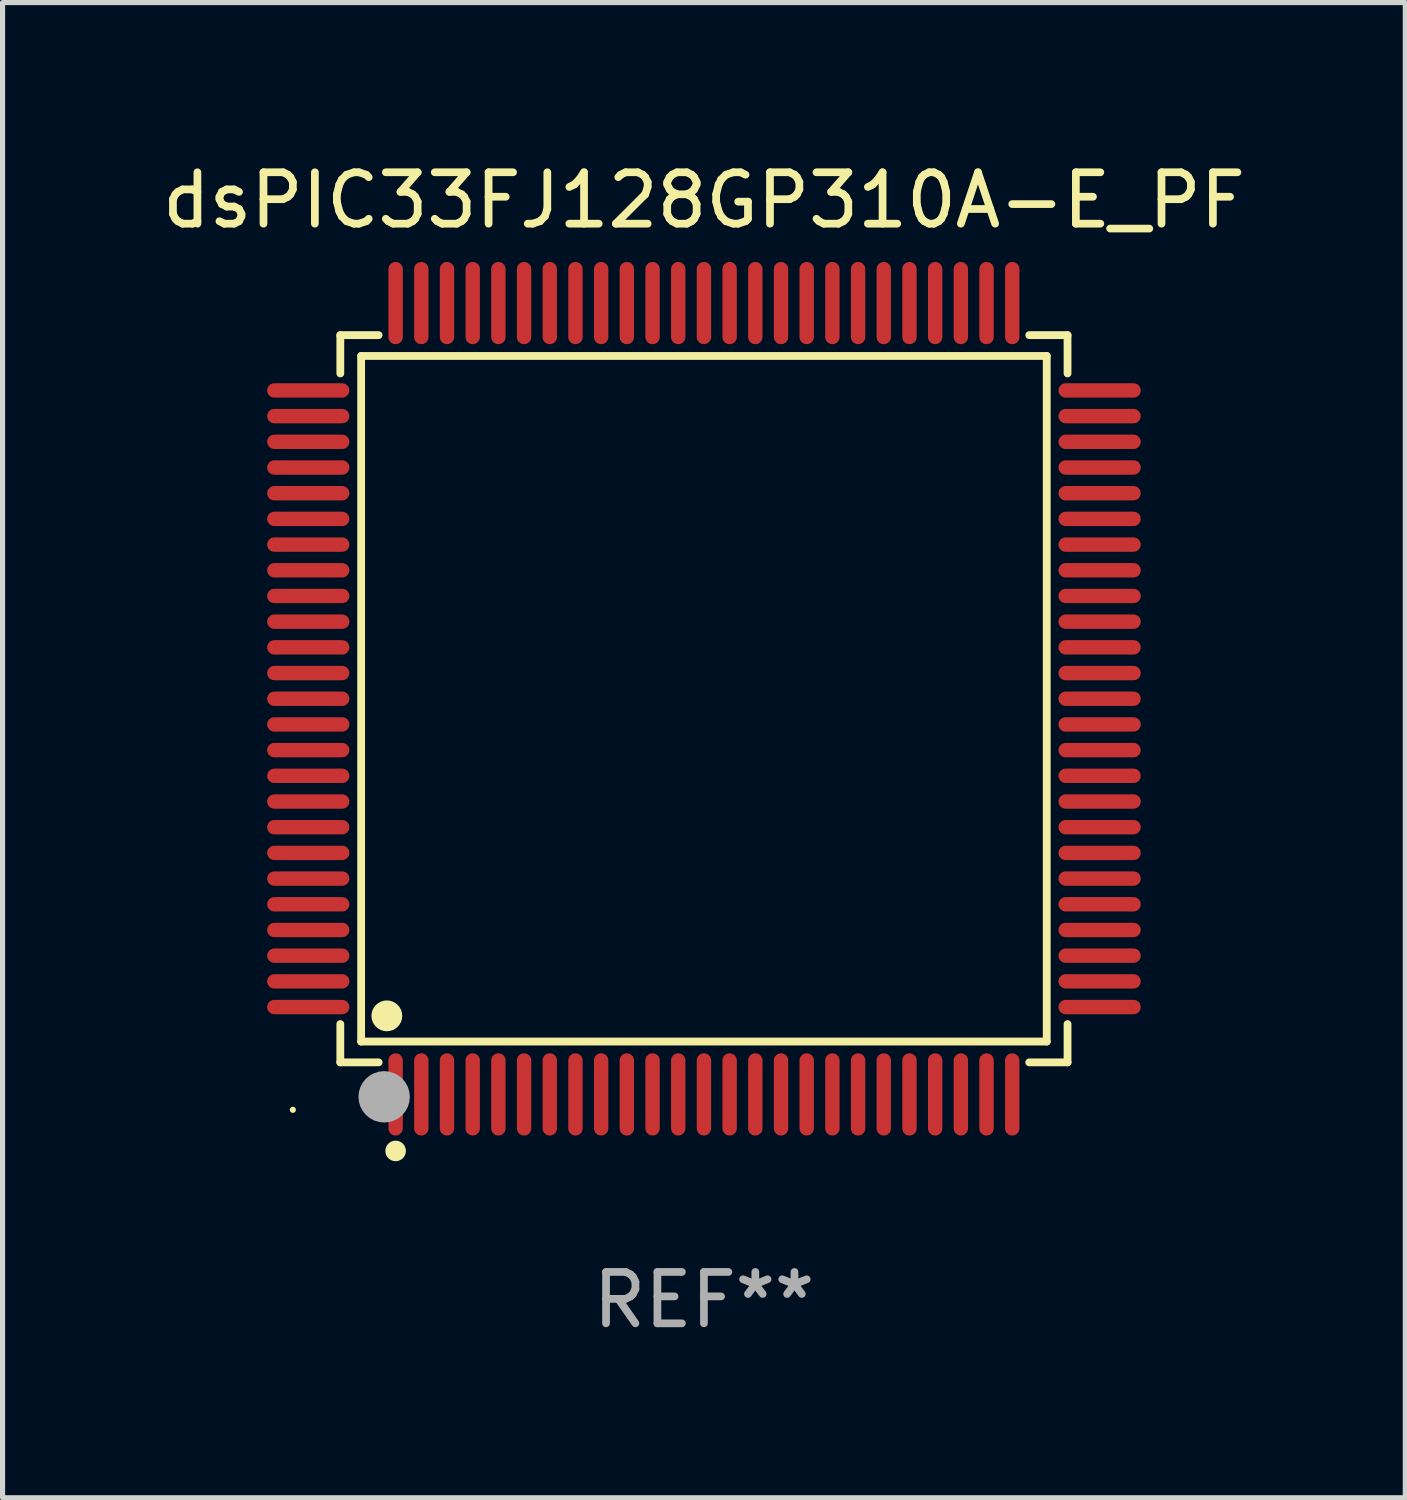
<source format=kicad_pcb>
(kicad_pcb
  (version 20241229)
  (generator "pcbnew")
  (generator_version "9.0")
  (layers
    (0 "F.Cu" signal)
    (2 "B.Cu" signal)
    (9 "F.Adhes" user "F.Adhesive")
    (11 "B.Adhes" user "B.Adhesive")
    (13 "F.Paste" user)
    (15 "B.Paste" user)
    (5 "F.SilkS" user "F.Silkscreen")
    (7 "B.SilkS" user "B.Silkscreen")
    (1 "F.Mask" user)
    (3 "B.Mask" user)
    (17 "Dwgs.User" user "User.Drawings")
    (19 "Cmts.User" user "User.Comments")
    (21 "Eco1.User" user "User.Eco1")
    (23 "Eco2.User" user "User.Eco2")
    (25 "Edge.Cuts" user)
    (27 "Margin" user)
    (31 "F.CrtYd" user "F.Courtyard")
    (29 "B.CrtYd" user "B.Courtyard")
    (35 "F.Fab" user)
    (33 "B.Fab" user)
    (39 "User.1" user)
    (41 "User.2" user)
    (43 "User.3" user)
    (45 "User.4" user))
  (footprint "dsPIC33FJ128GP310A-E_PF"
    (layer "F.Cu")
    (at 10.649 10.548)
    (property "Reference" "dsPIC33FJ128GP310A-E_PF" (at 0 -9.7 0) (layer "F.SilkS") (effects (font (size 1 1) (thickness 0.15))))
    (attr through_hole)
    (fp_line (start -7.076 -7.076) (end -6.331 -7.076) (stroke (width 0.152) (type solid)) (layer "F.SilkS"))
    (fp_line (start -7.076 -6.331) (end -7.076 -7.076) (stroke (width 0.152) (type solid)) (layer "F.SilkS"))
    (fp_line (start -7.076 6.331) (end -7.076 7.076) (stroke (width 0.152) (type solid)) (layer "F.SilkS"))
    (fp_line (start -7.076 7.076) (end -6.331 7.076) (stroke (width 0.152) (type solid)) (layer "F.SilkS"))
    (fp_line (start -6.671 -6.671) (end 6.671 -6.671) (stroke (width 0.152) (type solid)) (layer "F.SilkS"))
    (fp_line (start -6.671 6.671) (end -6.671 -6.671) (stroke (width 0.152) (type solid)) (layer "F.SilkS"))
    (fp_line (start 6.671 -6.671) (end 6.671 6.671) (stroke (width 0.152) (type solid)) (layer "F.SilkS"))
    (fp_line (start 6.671 6.671) (end -6.671 6.671) (stroke (width 0.152) (type solid)) (layer "F.SilkS"))
    (fp_line (start 7.076 -7.076) (end 6.331 -7.076) (stroke (width 0.152) (type solid)) (layer "F.SilkS"))
    (fp_line (start 7.076 -6.331) (end 7.076 -7.076) (stroke (width 0.152) (type solid)) (layer "F.SilkS"))
    (fp_line (start 7.076 6.331) (end 7.076 7.076) (stroke (width 0.152) (type solid)) (layer "F.SilkS"))
    (fp_line (start 7.076 7.076) (end 6.331 7.076) (stroke (width 0.152) (type solid)) (layer "F.SilkS"))
    (fp_circle (center -8 8) (end -7.97 8) (stroke (width 0.06) (type solid)) (fill no) (layer "F.SilkS"))
    (fp_circle (center -6.171 6.171) (end -6.021 6.171) (stroke (width 0.3) (type solid)) (fill no) (layer "F.SilkS"))
    (fp_circle (center -6 8.8) (end -5.9 8.8) (stroke (width 0.2) (type solid)) (fill no) (layer "F.SilkS"))
    (fp_circle (center -6.223 7.747) (end -5.973 7.747) (stroke (width 0.5) (type solid)) (fill no) (layer "F.Fab"))
    (fp_text user "REF**" (at 0 11.7 0) (layer "F.Fab") (effects (font (size 1 1) (thickness 0.15))))
    (pad "1" smd oval (at -6 7.7) (size 0.28 1.6) (layers "F.Cu" "F.Mask" "F.Paste"))
    (pad "2" smd oval (at -5.5 7.7) (size 0.28 1.6) (layers "F.Cu" "F.Mask" "F.Paste"))
    (pad "3" smd oval (at -5 7.7) (size 0.28 1.6) (layers "F.Cu" "F.Mask" "F.Paste"))
    (pad "4" smd oval (at -4.5 7.7) (size 0.28 1.6) (layers "F.Cu" "F.Mask" "F.Paste"))
    (pad "5" smd oval (at -4 7.7) (size 0.28 1.6) (layers "F.Cu" "F.Mask" "F.Paste"))
    (pad "6" smd oval (at -3.5 7.7) (size 0.28 1.6) (layers "F.Cu" "F.Mask" "F.Paste"))
    (pad "7" smd oval (at -3 7.7) (size 0.28 1.6) (layers "F.Cu" "F.Mask" "F.Paste"))
    (pad "8" smd oval (at -2.5 7.7) (size 0.28 1.6) (layers "F.Cu" "F.Mask" "F.Paste"))
    (pad "9" smd oval (at -2 7.7) (size 0.28 1.6) (layers "F.Cu" "F.Mask" "F.Paste"))
    (pad "10" smd oval (at -1.5 7.7) (size 0.28 1.6) (layers "F.Cu" "F.Mask" "F.Paste"))
    (pad "11" smd oval (at -1 7.7) (size 0.28 1.6) (layers "F.Cu" "F.Mask" "F.Paste"))
    (pad "12" smd oval (at -0.5 7.7) (size 0.28 1.6) (layers "F.Cu" "F.Mask" "F.Paste"))
    (pad "13" smd oval (at 0 7.7) (size 0.28 1.6) (layers "F.Cu" "F.Mask" "F.Paste"))
    (pad "14" smd oval (at 0.5 7.7) (size 0.28 1.6) (layers "F.Cu" "F.Mask" "F.Paste"))
    (pad "15" smd oval (at 1 7.7) (size 0.28 1.6) (layers "F.Cu" "F.Mask" "F.Paste"))
    (pad "16" smd oval (at 1.5 7.7) (size 0.28 1.6) (layers "F.Cu" "F.Mask" "F.Paste"))
    (pad "17" smd oval (at 2 7.7) (size 0.28 1.6) (layers "F.Cu" "F.Mask" "F.Paste"))
    (pad "18" smd oval (at 2.5 7.7) (size 0.28 1.6) (layers "F.Cu" "F.Mask" "F.Paste"))
    (pad "19" smd oval (at 3 7.7) (size 0.28 1.6) (layers "F.Cu" "F.Mask" "F.Paste"))
    (pad "20" smd oval (at 3.5 7.7) (size 0.28 1.6) (layers "F.Cu" "F.Mask" "F.Paste"))
    (pad "21" smd oval (at 4 7.7) (size 0.28 1.6) (layers "F.Cu" "F.Mask" "F.Paste"))
    (pad "22" smd oval (at 4.5 7.7) (size 0.28 1.6) (layers "F.Cu" "F.Mask" "F.Paste"))
    (pad "23" smd oval (at 5 7.7) (size 0.28 1.6) (layers "F.Cu" "F.Mask" "F.Paste"))
    (pad "24" smd oval (at 5.5 7.7) (size 0.28 1.6) (layers "F.Cu" "F.Mask" "F.Paste"))
    (pad "25" smd oval (at 6 7.7) (size 0.28 1.6) (layers "F.Cu" "F.Mask" "F.Paste"))
    (pad "26" smd oval (at 7.7 6) (size 1.6 0.28) (layers "F.Cu" "F.Mask" "F.Paste"))
    (pad "27" smd oval (at 7.7 5.5) (size 1.6 0.28) (layers "F.Cu" "F.Mask" "F.Paste"))
    (pad "28" smd oval (at 7.7 5) (size 1.6 0.28) (layers "F.Cu" "F.Mask" "F.Paste"))
    (pad "29" smd oval (at 7.7 4.5) (size 1.6 0.28) (layers "F.Cu" "F.Mask" "F.Paste"))
    (pad "30" smd oval (at 7.7 4) (size 1.6 0.28) (layers "F.Cu" "F.Mask" "F.Paste"))
    (pad "31" smd oval (at 7.7 3.5) (size 1.6 0.28) (layers "F.Cu" "F.Mask" "F.Paste"))
    (pad "32" smd oval (at 7.7 3) (size 1.6 0.28) (layers "F.Cu" "F.Mask" "F.Paste"))
    (pad "33" smd oval (at 7.7 2.5) (size 1.6 0.28) (layers "F.Cu" "F.Mask" "F.Paste"))
    (pad "34" smd oval (at 7.7 2) (size 1.6 0.28) (layers "F.Cu" "F.Mask" "F.Paste"))
    (pad "35" smd oval (at 7.7 1.5) (size 1.6 0.28) (layers "F.Cu" "F.Mask" "F.Paste"))
    (pad "36" smd oval (at 7.7 1) (size 1.6 0.28) (layers "F.Cu" "F.Mask" "F.Paste"))
    (pad "37" smd oval (at 7.7 0.5) (size 1.6 0.28) (layers "F.Cu" "F.Mask" "F.Paste"))
    (pad "38" smd oval (at 7.7 0) (size 1.6 0.28) (layers "F.Cu" "F.Mask" "F.Paste"))
    (pad "39" smd oval (at 7.7 -0.5) (size 1.6 0.28) (layers "F.Cu" "F.Mask" "F.Paste"))
    (pad "40" smd oval (at 7.7 -1) (size 1.6 0.28) (layers "F.Cu" "F.Mask" "F.Paste"))
    (pad "41" smd oval (at 7.7 -1.5) (size 1.6 0.28) (layers "F.Cu" "F.Mask" "F.Paste"))
    (pad "42" smd oval (at 7.7 -2) (size 1.6 0.28) (layers "F.Cu" "F.Mask" "F.Paste"))
    (pad "43" smd oval (at 7.7 -2.5) (size 1.6 0.28) (layers "F.Cu" "F.Mask" "F.Paste"))
    (pad "44" smd oval (at 7.7 -3) (size 1.6 0.28) (layers "F.Cu" "F.Mask" "F.Paste"))
    (pad "45" smd oval (at 7.7 -3.5) (size 1.6 0.28) (layers "F.Cu" "F.Mask" "F.Paste"))
    (pad "46" smd oval (at 7.7 -4) (size 1.6 0.28) (layers "F.Cu" "F.Mask" "F.Paste"))
    (pad "47" smd oval (at 7.7 -4.5) (size 1.6 0.28) (layers "F.Cu" "F.Mask" "F.Paste"))
    (pad "48" smd oval (at 7.7 -5) (size 1.6 0.28) (layers "F.Cu" "F.Mask" "F.Paste"))
    (pad "49" smd oval (at 7.7 -5.5) (size 1.6 0.28) (layers "F.Cu" "F.Mask" "F.Paste"))
    (pad "50" smd oval (at 7.7 -6) (size 1.6 0.28) (layers "F.Cu" "F.Mask" "F.Paste"))
    (pad "51" smd oval (at 6 -7.7) (size 0.28 1.6) (layers "F.Cu" "F.Mask" "F.Paste"))
    (pad "52" smd oval (at 5.5 -7.7) (size 0.28 1.6) (layers "F.Cu" "F.Mask" "F.Paste"))
    (pad "53" smd oval (at 5 -7.7) (size 0.28 1.6) (layers "F.Cu" "F.Mask" "F.Paste"))
    (pad "54" smd oval (at 4.5 -7.7) (size 0.28 1.6) (layers "F.Cu" "F.Mask" "F.Paste"))
    (pad "55" smd oval (at 4 -7.7) (size 0.28 1.6) (layers "F.Cu" "F.Mask" "F.Paste"))
    (pad "56" smd oval (at 3.5 -7.7) (size 0.28 1.6) (layers "F.Cu" "F.Mask" "F.Paste"))
    (pad "57" smd oval (at 3 -7.7) (size 0.28 1.6) (layers "F.Cu" "F.Mask" "F.Paste"))
    (pad "58" smd oval (at 2.5 -7.7) (size 0.28 1.6) (layers "F.Cu" "F.Mask" "F.Paste"))
    (pad "59" smd oval (at 2 -7.7) (size 0.28 1.6) (layers "F.Cu" "F.Mask" "F.Paste"))
    (pad "60" smd oval (at 1.5 -7.7) (size 0.28 1.6) (layers "F.Cu" "F.Mask" "F.Paste"))
    (pad "61" smd oval (at 1 -7.7) (size 0.28 1.6) (layers "F.Cu" "F.Mask" "F.Paste"))
    (pad "62" smd oval (at 0.5 -7.7) (size 0.28 1.6) (layers "F.Cu" "F.Mask" "F.Paste"))
    (pad "63" smd oval (at 0 -7.7) (size 0.28 1.6) (layers "F.Cu" "F.Mask" "F.Paste"))
    (pad "64" smd oval (at -0.5 -7.7) (size 0.28 1.6) (layers "F.Cu" "F.Mask" "F.Paste"))
    (pad "65" smd oval (at -1 -7.7) (size 0.28 1.6) (layers "F.Cu" "F.Mask" "F.Paste"))
    (pad "66" smd oval (at -1.5 -7.7) (size 0.28 1.6) (layers "F.Cu" "F.Mask" "F.Paste"))
    (pad "67" smd oval (at -2 -7.7) (size 0.28 1.6) (layers "F.Cu" "F.Mask" "F.Paste"))
    (pad "68" smd oval (at -2.5 -7.7) (size 0.28 1.6) (layers "F.Cu" "F.Mask" "F.Paste"))
    (pad "69" smd oval (at -3 -7.7) (size 0.28 1.6) (layers "F.Cu" "F.Mask" "F.Paste"))
    (pad "70" smd oval (at -3.5 -7.7) (size 0.28 1.6) (layers "F.Cu" "F.Mask" "F.Paste"))
    (pad "71" smd oval (at -4 -7.7) (size 0.28 1.6) (layers "F.Cu" "F.Mask" "F.Paste"))
    (pad "72" smd oval (at -4.5 -7.7) (size 0.28 1.6) (layers "F.Cu" "F.Mask" "F.Paste"))
    (pad "73" smd oval (at -5 -7.7) (size 0.28 1.6) (layers "F.Cu" "F.Mask" "F.Paste"))
    (pad "74" smd oval (at -5.5 -7.7) (size 0.28 1.6) (layers "F.Cu" "F.Mask" "F.Paste"))
    (pad "75" smd oval (at -6 -7.7) (size 0.28 1.6) (layers "F.Cu" "F.Mask" "F.Paste"))
    (pad "76" smd oval (at -7.7 -6) (size 1.6 0.28) (layers "F.Cu" "F.Mask" "F.Paste"))
    (pad "77" smd oval (at -7.7 -5.5) (size 1.6 0.28) (layers "F.Cu" "F.Mask" "F.Paste"))
    (pad "78" smd oval (at -7.7 -5) (size 1.6 0.28) (layers "F.Cu" "F.Mask" "F.Paste"))
    (pad "79" smd oval (at -7.7 -4.5) (size 1.6 0.28) (layers "F.Cu" "F.Mask" "F.Paste"))
    (pad "80" smd oval (at -7.7 -4) (size 1.6 0.28) (layers "F.Cu" "F.Mask" "F.Paste"))
    (pad "81" smd oval (at -7.7 -3.5) (size 1.6 0.28) (layers "F.Cu" "F.Mask" "F.Paste"))
    (pad "82" smd oval (at -7.7 -3) (size 1.6 0.28) (layers "F.Cu" "F.Mask" "F.Paste"))
    (pad "83" smd oval (at -7.7 -2.5) (size 1.6 0.28) (layers "F.Cu" "F.Mask" "F.Paste"))
    (pad "84" smd oval (at -7.7 -2) (size 1.6 0.28) (layers "F.Cu" "F.Mask" "F.Paste"))
    (pad "85" smd oval (at -7.7 -1.5) (size 1.6 0.28) (layers "F.Cu" "F.Mask" "F.Paste"))
    (pad "86" smd oval (at -7.7 -1) (size 1.6 0.28) (layers "F.Cu" "F.Mask" "F.Paste"))
    (pad "87" smd oval (at -7.7 -0.5) (size 1.6 0.28) (layers "F.Cu" "F.Mask" "F.Paste"))
    (pad "88" smd oval (at -7.7 0) (size 1.6 0.28) (layers "F.Cu" "F.Mask" "F.Paste"))
    (pad "89" smd oval (at -7.7 0.5) (size 1.6 0.28) (layers "F.Cu" "F.Mask" "F.Paste"))
    (pad "90" smd oval (at -7.7 1) (size 1.6 0.28) (layers "F.Cu" "F.Mask" "F.Paste"))
    (pad "91" smd oval (at -7.7 1.5) (size 1.6 0.28) (layers "F.Cu" "F.Mask" "F.Paste"))
    (pad "92" smd oval (at -7.7 2) (size 1.6 0.28) (layers "F.Cu" "F.Mask" "F.Paste"))
    (pad "93" smd oval (at -7.7 2.5) (size 1.6 0.28) (layers "F.Cu" "F.Mask" "F.Paste"))
    (pad "94" smd oval (at -7.7 3) (size 1.6 0.28) (layers "F.Cu" "F.Mask" "F.Paste"))
    (pad "95" smd oval (at -7.7 3.5) (size 1.6 0.28) (layers "F.Cu" "F.Mask" "F.Paste"))
    (pad "96" smd oval (at -7.7 4) (size 1.6 0.28) (layers "F.Cu" "F.Mask" "F.Paste"))
    (pad "97" smd oval (at -7.7 4.5) (size 1.6 0.28) (layers "F.Cu" "F.Mask" "F.Paste"))
    (pad "98" smd oval (at -7.7 5) (size 1.6 0.28) (layers "F.Cu" "F.Mask" "F.Paste"))
    (pad "99" smd oval (at -7.7 5.5) (size 1.6 0.28) (layers "F.Cu" "F.Mask" "F.Paste"))
    (pad "100" smd oval (at -7.7 6) (size 1.6 0.28) (layers "F.Cu" "F.Mask" "F.Paste")))
  (gr_rect
    (start -3 -3)
    (end 24.298 26.097)
    (stroke (width 0.1) (type default))
    (fill no)
    (layer "Edge.Cuts")))
</source>
